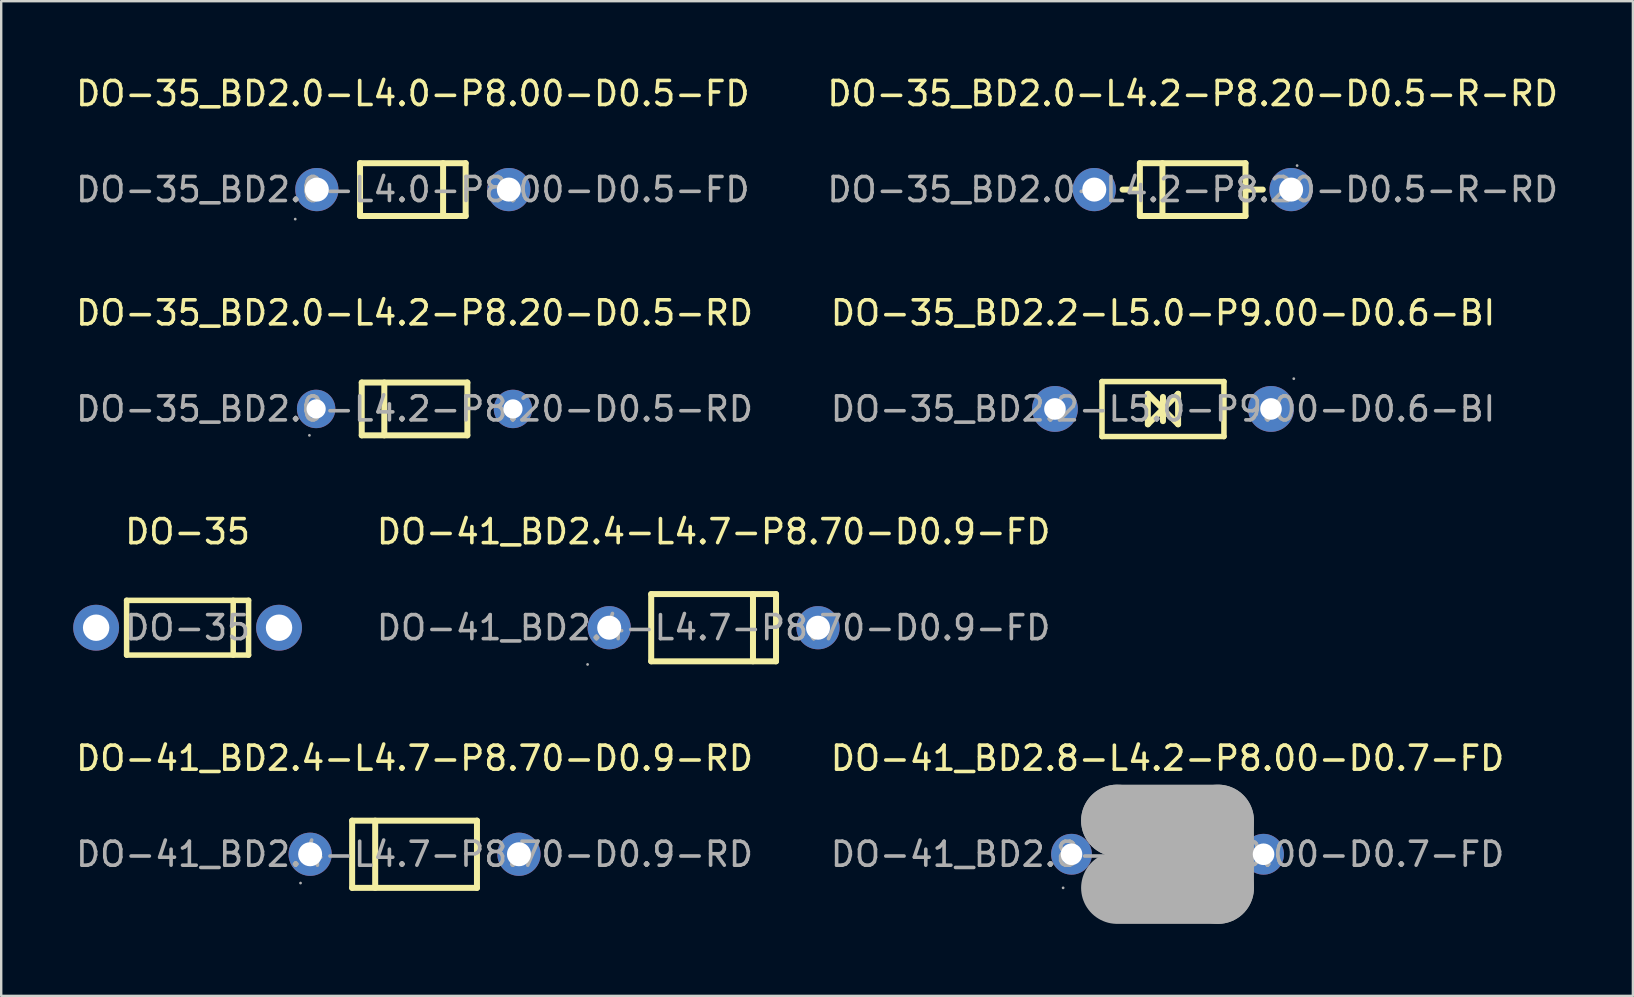
<source format=kicad_pcb>
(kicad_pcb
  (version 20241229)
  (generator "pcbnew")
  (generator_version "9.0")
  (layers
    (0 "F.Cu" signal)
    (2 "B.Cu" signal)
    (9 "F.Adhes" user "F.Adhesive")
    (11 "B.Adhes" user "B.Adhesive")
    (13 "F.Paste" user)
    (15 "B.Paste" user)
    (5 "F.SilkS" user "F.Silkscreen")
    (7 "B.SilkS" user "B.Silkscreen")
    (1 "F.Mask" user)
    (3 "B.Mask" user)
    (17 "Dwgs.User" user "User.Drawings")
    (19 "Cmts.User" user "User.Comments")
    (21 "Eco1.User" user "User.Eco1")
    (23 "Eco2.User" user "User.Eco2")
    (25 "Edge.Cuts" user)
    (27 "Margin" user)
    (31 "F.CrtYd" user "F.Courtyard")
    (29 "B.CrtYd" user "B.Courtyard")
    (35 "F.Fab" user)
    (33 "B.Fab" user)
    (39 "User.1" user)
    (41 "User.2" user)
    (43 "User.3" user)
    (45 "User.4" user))
  (footprint "DO-41_BD2.8-L4.2-P8.00-D0.7-FD"
    (layer "F.Cu")
    (at 45.589 32.538)
    (property "Reference" "DO-41_BD2.8-L4.2-P8.00-D0.7-FD" (at 0 -4 0) (layer "F.SilkS") (effects (font (size 1 1) (thickness 0.15))))
    (attr through_hole)
    (fp_line (start 1.27 -1.27) (end 1.27 1.27) (stroke (width 0.23) (type solid)) (layer "F.SilkS"))
    (fp_line (start -2.1 -1.4) (end -2.1 -1.4) (stroke (width 3) (type solid)) (layer "F.Fab"))
    (fp_line (start -2.1 -1.4) (end 2.1 -1.4) (stroke (width 3) (type solid)) (layer "F.Fab"))
    (fp_line (start 2.1 -1.4) (end 2.1 1.4) (stroke (width 3) (type solid)) (layer "F.Fab"))
    (fp_line (start 2.1 1.4) (end -2.1 1.4) (stroke (width 3) (type solid)) (layer "F.Fab"))
    (fp_circle (center -4.35 1.4) (end -4.32 1.4) (stroke (width 0.06) (type solid)) (fill no) (layer "F.Fab"))
    (fp_circle (center -4 0) (end -3.82 0) (stroke (width 0.35) (type solid)) (fill no) (layer "F.Fab"))
    (fp_circle (center 4 0) (end 4.18 0) (stroke (width 0.35) (type solid)) (fill no) (layer "F.Fab"))
    (fp_text user "${REFERENCE}" (at 0 0 0) (layer "F.Fab") (effects (font (size 1 1) (thickness 0.15))))
    (pad "1" thru_hole circle (at -4 0) (size 1.7 1.7) (drill 0.9) (layers "*.Cu" "*.Paste" "*.Mask"))
    (pad "2" thru_hole circle (at 4 0) (size 1.7 1.7) (drill 0.9) (layers "*.Cu" "*.Paste" "*.Mask")))
  (footprint "DO-35_BD2.0-L4.2-P8.20-D0.5-R-RD"
    (layer "F.Cu")
    (at 46.637 4.848)
    (property "Reference" "DO-35_BD2.0-L4.2-P8.20-D0.5-R-RD" (at 0 -4 0) (layer "F.SilkS") (effects (font (size 1 1) (thickness 0.15))))
    (attr through_hole)
    (fp_line (start -2.2 -1.1) (end -2.2 1.1) (stroke (width 0.25) (type solid)) (layer "F.SilkS"))
    (fp_line (start -2.2 -1.1) (end 2.2 -1.1) (stroke (width 0.25) (type solid)) (layer "F.SilkS"))
    (fp_line (start -2.2 0) (end -2.92 0) (stroke (width 0.25) (type solid)) (layer "F.SilkS"))
    (fp_line (start -2.2 1.1) (end 2.2 1.1) (stroke (width 0.25) (type solid)) (layer "F.SilkS"))
    (fp_line (start -1.26 -1.1) (end -1.26 1.1) (stroke (width 0.25) (type solid)) (layer "F.SilkS"))
    (fp_line (start 2.2 -1.1) (end 2.2 1.1) (stroke (width 0.25) (type solid)) (layer "F.SilkS"))
    (fp_line (start 2.2 0) (end 2.92 0) (stroke (width 0.25) (type solid)) (layer "F.SilkS"))
    (fp_circle (center -4.1 0) (end -3.98 0) (stroke (width 0.25) (type solid)) (fill no) (layer "F.Fab"))
    (fp_circle (center 4.1 0) (end 4.22 0) (stroke (width 0.25) (type solid)) (fill no) (layer "F.Fab"))
    (fp_circle (center 4.35 -1) (end 4.38 -1) (stroke (width 0.06) (type solid)) (fill no) (layer "F.Fab"))
    (fp_text user "${REFERENCE}" (at 0 0 0) (layer "F.Fab") (effects (font (size 1 1) (thickness 0.15))))
    (pad "1" thru_hole circle (at 4.1 0 180) (size 1.8 1.8) (drill 1) (layers "*.Cu" "*.Paste" "*.Mask"))
    (pad "2" thru_hole circle (at -4.1 0 180) (size 1.8 1.8) (drill 1) (layers "*.Cu" "*.Paste" "*.Mask")))
  (footprint "DO-35_BD2.0-L4.2-P8.20-D0.5-RD"
    (layer "F.Cu")
    (at 14.22 13.986)
    (property "Reference" "DO-35_BD2.0-L4.2-P8.20-D0.5-RD" (at 0 -4 0) (layer "F.SilkS") (effects (font (size 1 1) (thickness 0.15))))
    (attr through_hole)
    (fp_line (start -2.2 -1.1) (end -2.2 1.1) (stroke (width 0.25) (type solid)) (layer "F.SilkS"))
    (fp_line (start -2.2 -1.1) (end 2.2 -1.1) (stroke (width 0.25) (type solid)) (layer "F.SilkS"))
    (fp_line (start -2.2 1.1) (end 2.2 1.1) (stroke (width 0.25) (type solid)) (layer "F.SilkS"))
    (fp_line (start -1.26 -1.1) (end -1.26 1.1) (stroke (width 0.25) (type solid)) (layer "F.SilkS"))
    (fp_line (start 2.2 -1.1) (end 2.2 1.1) (stroke (width 0.25) (type solid)) (layer "F.SilkS"))
    (fp_circle (center -4.38 1.1) (end -4.35 1.1) (stroke (width 0.06) (type solid)) (fill no) (layer "F.Fab"))
    (fp_circle (center -4.1 0) (end -3.96 0) (stroke (width 0.28) (type solid)) (fill no) (layer "F.Fab"))
    (fp_circle (center 4.1 0) (end 4.24 0) (stroke (width 0.28) (type solid)) (fill no) (layer "F.Fab"))
    (fp_text user "${REFERENCE}" (at 0 0 0) (layer "F.Fab") (effects (font (size 1 1) (thickness 0.15))))
    (pad "1" thru_hole circle (at -4.1 0 180) (size 1.6 1.6) (drill 0.8) (layers "*.Cu" "*.Paste" "*.Mask"))
    (pad "2" thru_hole circle (at 4.1 0 180) (size 1.6 1.6) (drill 0.8) (layers "*.Cu" "*.Paste" "*.Mask")))
  (footprint "DO-35_BD2.0-L4.0-P8.00-D0.5-FD"
    (layer "F.Cu")
    (at 14.149 4.848)
    (property "Reference" "DO-35_BD2.0-L4.0-P8.00-D0.5-FD" (at 0 -4 0) (layer "F.SilkS") (effects (font (size 1 1) (thickness 0.15))))
    (attr through_hole)
    (fp_line (start -2.2 1.1) (end -2.2 -1.1) (stroke (width 0.25) (type solid)) (layer "F.SilkS"))
    (fp_line (start 1.26 1.1) (end 1.26 -1.1) (stroke (width 0.25) (type solid)) (layer "F.SilkS"))
    (fp_line (start 2.2 -1.1) (end -2.2 -1.1) (stroke (width 0.25) (type solid)) (layer "F.SilkS"))
    (fp_line (start 2.2 1.1) (end -2.2 1.1) (stroke (width 0.25) (type solid)) (layer "F.SilkS"))
    (fp_line (start 2.2 1.1) (end 2.2 -1.1) (stroke (width 0.25) (type solid)) (layer "F.SilkS"))
    (fp_circle (center -4.9 1.23) (end -4.87 1.23) (stroke (width 0.06) (type solid)) (fill no) (layer "F.Fab"))
    (fp_circle (center -4 0) (end -3.8 0) (stroke (width 0.4) (type solid)) (fill no) (layer "F.Fab"))
    (fp_circle (center 4 0) (end 4.2 0) (stroke (width 0.4) (type solid)) (fill no) (layer "F.Fab"))
    (fp_text user "${REFERENCE}" (at 0 0 0) (layer "F.Fab") (effects (font (size 1 1) (thickness 0.15))))
    (pad "1" thru_hole circle (at -4 0) (size 1.8 1.8) (drill 1) (layers "*.Cu" "*.Paste" "*.Mask"))
    (pad "2" thru_hole circle (at 4 0) (size 1.8 1.8) (drill 1) (layers "*.Cu" "*.Paste" "*.Mask")))
  (footprint "DO-41_BD2.4-L4.7-P8.70-D0.9-RD"
    (layer "F.Cu")
    (at 14.22 32.538)
    (property "Reference" "DO-41_BD2.4-L4.7-P8.70-D0.9-RD" (at 0 -4 0) (layer "F.SilkS") (effects (font (size 1 1) (thickness 0.15))))
    (attr through_hole)
    (fp_line (start -2.6 -1.4) (end -2.6 1.4) (stroke (width 0.25) (type solid)) (layer "F.SilkS"))
    (fp_line (start -2.6 -1.4) (end 2.6 -1.4) (stroke (width 0.25) (type solid)) (layer "F.SilkS"))
    (fp_line (start -2.6 1.4) (end 2.6 1.4) (stroke (width 0.25) (type solid)) (layer "F.SilkS"))
    (fp_line (start -1.64 -1.4) (end -1.64 1.4) (stroke (width 0.25) (type solid)) (layer "F.SilkS"))
    (fp_line (start 2.6 -1.4) (end 2.6 1.4) (stroke (width 0.25) (type solid)) (layer "F.SilkS"))
    (fp_circle (center -4.75 1.2) (end -4.72 1.2) (stroke (width 0.06) (type solid)) (fill no) (layer "F.Fab"))
    (fp_circle (center -4.35 0) (end -4.15 0) (stroke (width 0.4) (type solid)) (fill no) (layer "F.Fab"))
    (fp_circle (center 4.35 0) (end 4.55 0) (stroke (width 0.4) (type solid)) (fill no) (layer "F.Fab"))
    (fp_text user "${REFERENCE}" (at 0 0 0) (layer "F.Fab") (effects (font (size 1 1) (thickness 0.15))))
    (pad "1" thru_hole circle (at -4.35 0) (size 1.8 1.8) (drill 1) (layers "*.Cu" "*.Paste" "*.Mask"))
    (pad "2" thru_hole circle (at 4.35 0) (size 1.8 1.8) (drill 1) (layers "*.Cu" "*.Paste" "*.Mask")))
  (footprint "DO-41_BD2.4-L4.7-P8.70-D0.9-FD"
    (layer "F.Cu")
    (at 26.679 23.1)
    (property "Reference" "DO-41_BD2.4-L4.7-P8.70-D0.9-FD" (at 0 -4 0) (layer "F.SilkS") (effects (font (size 1 1) (thickness 0.15))))
    (attr through_hole)
    (fp_line (start -2.6 1.4) (end -2.6 -1.4) (stroke (width 0.25) (type solid)) (layer "F.SilkS"))
    (fp_line (start 1.64 1.4) (end 1.64 -1.4) (stroke (width 0.25) (type solid)) (layer "F.SilkS"))
    (fp_line (start 2.6 -1.4) (end -2.6 -1.4) (stroke (width 0.25) (type solid)) (layer "F.SilkS"))
    (fp_line (start 2.6 1.4) (end -2.6 1.4) (stroke (width 0.25) (type solid)) (layer "F.SilkS"))
    (fp_line (start 2.6 1.4) (end 2.6 -1.4) (stroke (width 0.25) (type solid)) (layer "F.SilkS"))
    (fp_circle (center -5.25 1.53) (end -5.22 1.53) (stroke (width 0.06) (type solid)) (fill no) (layer "F.Fab"))
    (fp_circle (center -4.35 0) (end -4.15 0) (stroke (width 0.4) (type solid)) (fill no) (layer "F.Fab"))
    (fp_circle (center 4.35 0) (end 4.55 0) (stroke (width 0.4) (type solid)) (fill no) (layer "F.Fab"))
    (fp_text user "${REFERENCE}" (at 0 0 0) (layer "F.Fab") (effects (font (size 1 1) (thickness 0.15))))
    (pad "1" thru_hole circle (at -4.35 0 180) (size 1.8 1.8) (drill 1) (layers "*.Cu" "*.Paste" "*.Mask"))
    (pad "2" thru_hole circle (at 4.35 0 180) (size 1.8 1.8) (drill 1) (layers "*.Cu" "*.Paste" "*.Mask")))
  (footprint "DO-35_BD2.2-L5.0-P9.00-D0.6-BI"
    (layer "F.Cu")
    (at 45.399 13.986)
    (property "Reference" "DO-35_BD2.2-L5.0-P9.00-D0.6-BI" (at 0 -4 0) (layer "F.SilkS") (effects (font (size 1 1) (thickness 0.15))))
    (attr through_hole)
    (fp_line (start -2.54 -1.14) (end 2.54 -1.14) (stroke (width 0.23) (type solid)) (layer "F.SilkS"))
    (fp_line (start -2.54 1.15) (end -2.54 -1.14) (stroke (width 0.23) (type solid)) (layer "F.SilkS"))
    (fp_line (start -0.63 -0.63) (end 0.63 0.64) (stroke (width 0.25) (type solid)) (layer "F.SilkS"))
    (fp_line (start -0.63 0.64) (end -0.63 -0.63) (stroke (width 0.25) (type solid)) (layer "F.SilkS"))
    (fp_line (start 0 -0.5) (end 0 0.51) (stroke (width 0.25) (type solid)) (layer "F.SilkS"))
    (fp_line (start 0.63 -0.63) (end -0.63 0.64) (stroke (width 0.25) (type solid)) (layer "F.SilkS"))
    (fp_line (start 0.63 0.64) (end 0.63 -0.63) (stroke (width 0.25) (type solid)) (layer "F.SilkS"))
    (fp_line (start 2.54 -1.14) (end 2.54 1.15) (stroke (width 0.23) (type solid)) (layer "F.SilkS"))
    (fp_line (start 2.54 1.15) (end -2.54 1.15) (stroke (width 0.23) (type solid)) (layer "F.SilkS"))
    (fp_circle (center -4.5 0) (end -4.32 0) (stroke (width 0.35) (type solid)) (fill no) (layer "F.Fab"))
    (fp_circle (center 4.5 0) (end 4.68 0) (stroke (width 0.35) (type solid)) (fill no) (layer "F.Fab"))
    (fp_circle (center 5.45 -1.26) (end 5.48 -1.26) (stroke (width 0.06) (type solid)) (fill no) (layer "F.Fab"))
    (fp_text user "${REFERENCE}" (at 0 0 0) (layer "F.Fab") (effects (font (size 1 1) (thickness 0.15))))
    (pad "1" thru_hole circle (at 4.5 0 180) (size 1.91 1.91) (drill 0.9) (layers "*.Cu" "*.Paste" "*.Mask"))
    (pad "2" thru_hole circle (at -4.5 0 180) (size 1.91 1.91) (drill 0.9) (layers "*.Cu" "*.Paste" "*.Mask")))
  (footprint "DO-35"
    (layer "F.Cu")
    (at 4.765 23.1)
    (property "Reference" "DO-35" (at 0 -4 0) (layer "F.SilkS") (effects (font (size 1 1) (thickness 0.15))))
    (attr through_hole)
    (fp_line (start -2.54 -1.14) (end 2.54 -1.14) (stroke (width 0.23) (type solid)) (layer "F.SilkS"))
    (fp_line (start -2.54 1.14) (end -2.54 -1.14) (stroke (width 0.23) (type solid)) (layer "F.SilkS"))
    (fp_line (start 1.9 -1.14) (end 1.9 1.14) (stroke (width 0.23) (type solid)) (layer "F.SilkS"))
    (fp_line (start 2.54 -1.14) (end 2.54 1.14) (stroke (width 0.23) (type solid)) (layer "F.SilkS"))
    (fp_line (start 2.54 1.14) (end -2.54 1.14) (stroke (width 0.23) (type solid)) (layer "F.SilkS"))
    (fp_text user "${REFERENCE}" (at 0 0 0) (layer "F.Fab") (effects (font (size 1 1) (thickness 0.15))))
    (pad "1" thru_hole circle (at -3.81 0) (size 1.91 1.91) (drill 1.1) (layers "*.Cu" "*.Paste" "*.Mask"))
    (pad "2" thru_hole circle (at 3.81 0) (size 1.91 1.91) (drill 1.1) (layers "*.Cu" "*.Paste" "*.Mask")))
  (gr_rect
    (start -3 -3)
    (end 64.976 38.438)
    (stroke (width 0.1) (type default))
    (fill no)
    (layer "Edge.Cuts")))
</source>
